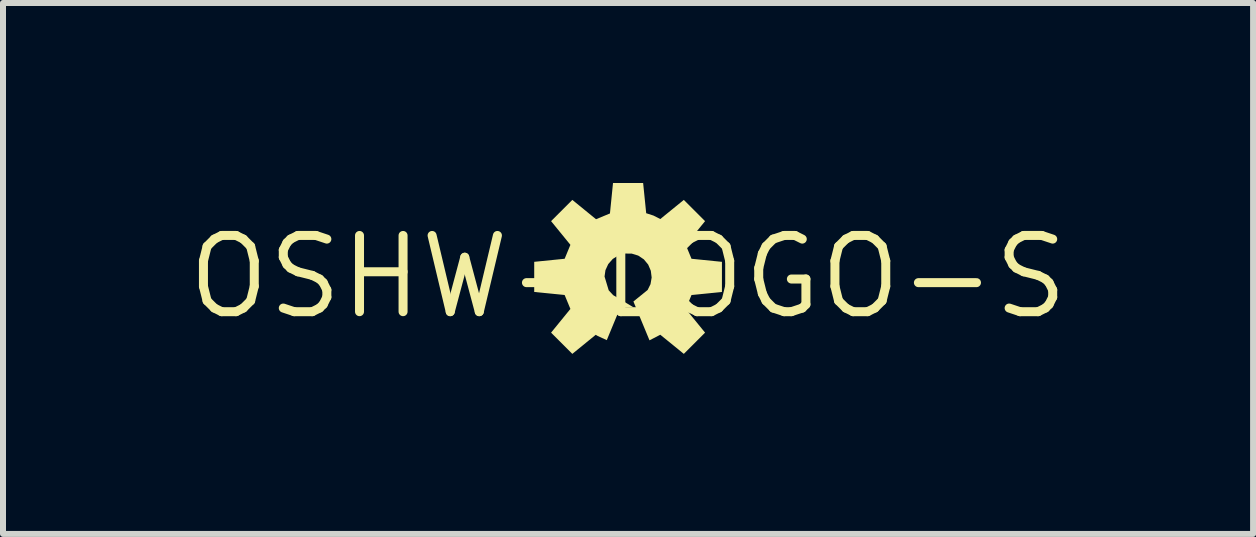
<source format=kicad_pcb>
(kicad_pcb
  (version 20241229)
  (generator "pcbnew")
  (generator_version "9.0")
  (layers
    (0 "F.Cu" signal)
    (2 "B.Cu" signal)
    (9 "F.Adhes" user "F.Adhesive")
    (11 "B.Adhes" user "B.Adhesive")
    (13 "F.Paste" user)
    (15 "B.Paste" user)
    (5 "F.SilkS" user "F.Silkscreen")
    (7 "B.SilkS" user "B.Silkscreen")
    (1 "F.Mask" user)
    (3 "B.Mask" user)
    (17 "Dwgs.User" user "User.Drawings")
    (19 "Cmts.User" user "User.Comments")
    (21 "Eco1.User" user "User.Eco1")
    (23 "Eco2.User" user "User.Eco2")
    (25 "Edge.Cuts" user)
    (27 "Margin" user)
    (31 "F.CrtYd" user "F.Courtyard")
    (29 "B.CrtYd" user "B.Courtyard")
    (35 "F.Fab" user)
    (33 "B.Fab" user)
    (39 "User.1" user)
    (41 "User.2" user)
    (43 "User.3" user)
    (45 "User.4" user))
  (footprint "OSHW-LOGO-S"
    (layer "F.Cu")
    (at 7.416 1.564)
    (property "Reference" "OSHW-LOGO-S" (at 0 0 0) (layer "F.SilkS") (effects (font (size 1.27 1.27) (thickness 0.15))))
    (fp_poly (pts (xy 0.302 -1.061) (xy 0.423 -1.022) (xy 0.537 -0.964) (xy 0.929 -1.283) (xy 1.283 -0.929) (xy 0.961 -0.534) (xy 1.057 -0.302) (xy 1.564 -0.251) (xy 1.564 0.251) (xy 1.057 0.302) (xy 0.961 0.534) (xy 1.283 0.929) (xy 0.929 1.283) (xy 0.537 0.964) (xy 0.357 1.057) (xy 0.089 0.41) (xy 0.326 0.218) (xy 0.374 0.121) (xy 0.393 0.01) (xy 0.379 -0.102) (xy 0.335 -0.205) (xy 0.263 -0.292) (xy 0.169 -0.355) (xy 0.061 -0.388) (xy -0.051 -0.389) (xy -0.16 -0.359) (xy -0.255 -0.299) (xy -0.33 -0.214) (xy -0.377 -0.112) (xy -0.392 -0.006) (xy -0.323 0.223) (xy -0.249 0.304) (xy 0.092 0.508) (xy -0.129 0.508) (xy -0.355 1.054) (xy -0.507 0.984) (xy -0.539 0.965) (xy -0.929 1.283) (xy -1.283 0.929) (xy -0.961 0.534) (xy -1.057 0.302) (xy -1.564 0.251) (xy -1.564 -0.251) (xy -1.057 -0.302) (xy -0.961 -0.534) (xy -1.283 -0.929) (xy -0.929 -1.283) (xy -0.534 -0.961) (xy -0.302 -1.057) (xy -0.251 -1.564) (xy 0.251 -1.564)) (stroke (width 0) (type solid)) (fill yes) (layer "F.SilkS")))
  (gr_rect
    (start -3 -3)
    (end 17.831 5.847)
    (stroke (width 0.1) (type default))
    (fill no)
    (layer "Edge.Cuts")))
</source>
